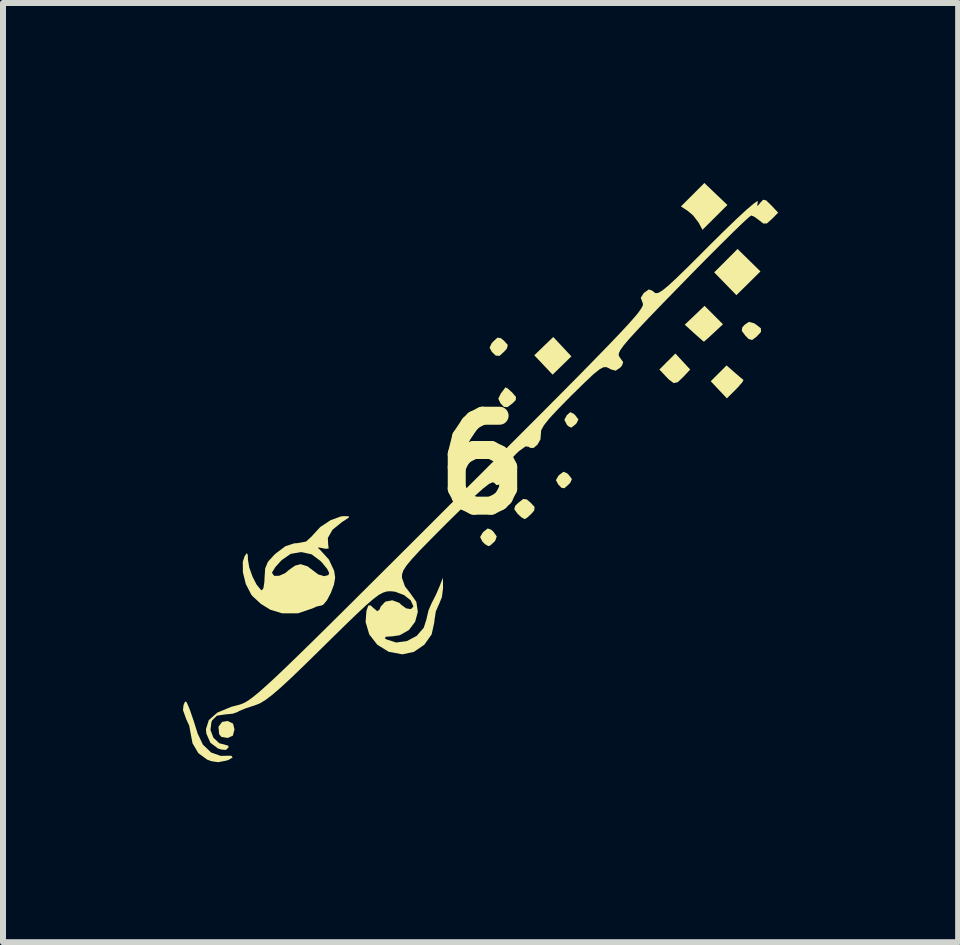
<source format=kicad_pcb>
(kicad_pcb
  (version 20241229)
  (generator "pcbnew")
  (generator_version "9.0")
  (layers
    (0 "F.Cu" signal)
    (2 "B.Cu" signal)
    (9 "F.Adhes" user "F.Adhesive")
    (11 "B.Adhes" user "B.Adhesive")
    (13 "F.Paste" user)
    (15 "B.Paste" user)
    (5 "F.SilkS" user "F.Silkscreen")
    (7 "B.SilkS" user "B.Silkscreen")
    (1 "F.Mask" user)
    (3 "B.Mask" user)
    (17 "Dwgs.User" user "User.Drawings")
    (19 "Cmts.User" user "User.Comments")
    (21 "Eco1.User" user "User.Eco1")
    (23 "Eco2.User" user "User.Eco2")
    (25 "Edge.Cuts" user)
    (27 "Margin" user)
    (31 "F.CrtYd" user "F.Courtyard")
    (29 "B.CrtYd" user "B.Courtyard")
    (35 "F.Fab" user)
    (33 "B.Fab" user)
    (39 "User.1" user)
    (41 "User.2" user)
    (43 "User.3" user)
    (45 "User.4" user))
  (footprint "6"
    (layer "F.Cu")
    (at 4.992 4.701)
    (property "Reference" "6" (at 0 0 0) (layer "F.SilkS") (effects (font (size 1.5 1.5) (thickness 0.3))))
    (attr board_only exclude_from_pos_files exclude_from_bom)
    (fp_poly (pts (xy 1.331 -1.973) (xy 1.482 -1.811) (xy 1.326 -1.658) (xy 1.169 -1.506) (xy 1.017 -1.667) (xy 0.864 -1.829) (xy 1.022 -1.982) (xy 1.18 -2.134)) (stroke (width 0) (type solid)) (fill yes) (layer "F.SilkS"))
    (fp_poly (pts (xy 4.443 -3.414) (xy 4.634 -3.227) (xy 4.434 -3.029) (xy 4.233 -2.831) (xy 4.048 -3.021) (xy 3.863 -3.211) (xy 4.058 -3.406) (xy 4.252 -3.601)) (stroke (width 0) (type solid)) (fill yes) (layer "F.SilkS"))
    (fp_poly (pts (xy -4.157 4.311) (xy -4.133 4.409) (xy -4.161 4.512) (xy -4.246 4.55) (xy -4.352 4.532) (xy -4.389 4.487) (xy -4.4 4.363) (xy -4.34 4.282) (xy -4.246 4.267)) (stroke (width 0) (type solid)) (fill yes) (layer "F.SilkS"))
    (fp_poly (pts (xy 3.339 -1.725) (xy 3.463 -1.591) (xy 3.351 -1.472) (xy 3.255 -1.38) (xy 3.187 -1.365) (xy 3.107 -1.425) (xy 3.061 -1.472) (xy 2.949 -1.592) (xy 3.082 -1.725) (xy 3.216 -1.858)) (stroke (width 0) (type solid)) (fill yes) (layer "F.SilkS"))
    (fp_poly (pts (xy 3.891 -4.517) (xy 4.083 -4.334) (xy 3.875 -4.127) (xy 3.667 -3.92) (xy 3.604 -4.039) (xy 3.511 -4.16) (xy 3.424 -4.234) (xy 3.308 -4.31) (xy 3.504 -4.506) (xy 3.699 -4.701)) (stroke (width 0) (type solid)) (fill yes) (layer "F.SilkS"))
    (fp_poly (pts (xy 1.521 -0.854) (xy 1.547 -0.829) (xy 1.599 -0.76) (xy 1.571 -0.699) (xy 1.547 -0.674) (xy 1.48 -0.622) (xy 1.427 -0.649) (xy 1.405 -0.674) (xy 1.365 -0.754) (xy 1.405 -0.829) (xy 1.463 -0.881)) (stroke (width 0) (type solid)) (fill yes) (layer "F.SilkS"))
    (fp_poly (pts (xy 0.308 -2.114) (xy 0.359 -2.071) (xy 0.422 -2.002) (xy 0.408 -1.942) (xy 0.368 -1.896) (xy 0.285 -1.819) (xy 0.222 -1.823) (xy 0.158 -1.884) (xy 0.119 -1.954) (xy 0.151 -2.026) (xy 0.179 -2.058) (xy 0.25 -2.123)) (stroke (width 0) (type solid)) (fill yes) (layer "F.SilkS"))
    (fp_poly (pts (xy 0.42 -1.276) (xy 0.493 -1.211) (xy 0.559 -1.134) (xy 0.555 -1.082) (xy 0.505 -1.031) (xy 0.417 -0.964) (xy 0.357 -0.969) (xy 0.301 -1.027) (xy 0.264 -1.106) (xy 0.305 -1.19) (xy 0.363 -1.267) (xy 0.382 -1.294)) (stroke (width 0) (type solid)) (fill yes) (layer "F.SilkS"))
    (fp_poly (pts (xy 1.408 0.136) (xy 1.439 0.165) (xy 1.491 0.234) (xy 1.465 0.294) (xy 1.439 0.322) (xy 1.366 0.387) (xy 1.318 0.381) (xy 1.262 0.323) (xy 1.224 0.252) (xy 1.266 0.18) (xy 1.278 0.167) (xy 1.349 0.113)) (stroke (width 0) (type solid)) (fill yes) (layer "F.SilkS"))
    (fp_poly (pts (xy 3.856 -2.499) (xy 4.009 -2.346) (xy 3.853 -2.2) (xy 3.756 -2.111) (xy 3.697 -2.06) (xy 3.689 -2.056) (xy 3.652 -2.087) (xy 3.566 -2.163) (xy 3.527 -2.198) (xy 3.372 -2.339) (xy 3.537 -2.496) (xy 3.702 -2.653)) (stroke (width 0) (type solid)) (fill yes) (layer "F.SilkS"))
    (fp_poly (pts (xy 4.201 -1.544) (xy 4.294 -1.464) (xy 4.349 -1.419) (xy 4.352 -1.418) (xy 4.332 -1.38) (xy 4.26 -1.297) (xy 4.223 -1.259) (xy 4.074 -1.111) (xy 3.94 -1.253) (xy 3.805 -1.396) (xy 3.937 -1.528) (xy 4.069 -1.66)) (stroke (width 0) (type solid)) (fill yes) (layer "F.SilkS"))
    (fp_poly (pts (xy 4.524 -2.364) (xy 4.553 -2.347) (xy 4.641 -2.279) (xy 4.643 -2.218) (xy 4.567 -2.137) (xy 4.494 -2.083) (xy 4.437 -2.1) (xy 4.383 -2.155) (xy 4.322 -2.236) (xy 4.331 -2.294) (xy 4.368 -2.336) (xy 4.442 -2.386)) (stroke (width 0) (type solid)) (fill yes) (layer "F.SilkS"))
    (fp_poly (pts (xy 0.145 1.078) (xy 0.184 1.114) (xy 0.238 1.191) (xy 0.213 1.262) (xy 0.202 1.275) (xy 0.133 1.339) (xy 0.1 1.353) (xy 0.041 1.319) (xy -0.002 1.275) (xy -0.039 1.201) (xy 0.003 1.128) (xy 0.017 1.114) (xy 0.087 1.058)) (stroke (width 0) (type solid)) (fill yes) (layer "F.SilkS"))
    (fp_poly (pts (xy 0.739 0.574) (xy 0.802 0.627) (xy 0.869 0.699) (xy 0.863 0.757) (xy 0.819 0.81) (xy 0.743 0.88) (xy 0.701 0.902) (xy 0.645 0.869) (xy 0.583 0.81) (xy 0.53 0.736) (xy 0.547 0.679) (xy 0.601 0.627) (xy 0.68 0.566)) (stroke (width 0) (type solid)) (fill yes) (layer "F.SilkS"))
    (fp_poly (pts (xy -4.931 3.954) (xy -4.89 4.047) (xy -4.875 4.087) (xy -4.812 4.27) (xy -4.754 4.455) (xy -4.749 4.473) (xy -4.66 4.661) (xy -4.523 4.792) (xy -4.362 4.849) (xy -4.297 4.847) (xy -4.187 4.846) (xy -4.164 4.875) (xy -4.233 4.916) (xy -4.271 4.928) (xy -4.406 4.954) (xy -4.519 4.937) (xy -4.591 4.91) (xy -4.736 4.803) (xy -4.833 4.639) (xy -4.86 4.496) (xy -4.888 4.345) (xy -4.939 4.234) (xy -4.992 4.085) (xy -4.983 4.002) (xy -4.957 3.942)) (stroke (width 0) (type solid)) (fill yes) (layer "F.SilkS"))
    (fp_poly (pts (xy -2.228 0.855) (xy -2.226 0.875) (xy -2.303 0.927) (xy -2.339 0.949) (xy -2.499 1.079) (xy -2.577 1.216) (xy -2.571 1.332) (xy -2.563 1.392) (xy -2.62 1.397) (xy -2.659 1.388) (xy -2.738 1.373) (xy -2.731 1.395) (xy -2.703 1.418) (xy -2.56 1.575) (xy -2.472 1.764) (xy -2.455 1.877) (xy -2.476 1.996) (xy -2.527 2.132) (xy -2.592 2.255) (xy -2.657 2.332) (xy -2.692 2.344) (xy -2.761 2.358) (xy -2.837 2.392) (xy -3.079 2.473) (xy -3.341 2.472) (xy -3.537 2.412) (xy -3.695 2.314) (xy -3.83 2.189) (xy -3.855 2.158) (xy -3.945 1.984) (xy -3.993 1.789) (xy -3.995 1.613) (xy -3.965 1.521) (xy -3.928 1.469) (xy -3.912 1.498) (xy -3.909 1.579) (xy -3.887 1.709) (xy -3.833 1.86) (xy -3.764 1.995) (xy -3.695 2.079) (xy -3.678 2.089) (xy -3.651 2.054) (xy -3.635 1.947) (xy -3.632 1.875) (xy -3.627 1.8) (xy -3.507 1.8) (xy -3.471 1.848) (xy -3.386 1.846) (xy -3.285 1.8) (xy -3.231 1.753) (xy -3.123 1.677) (xy -3.031 1.653) (xy -2.915 1.689) (xy -2.831 1.753) (xy -2.737 1.824) (xy -2.638 1.853) (xy -2.569 1.835) (xy -2.555 1.8) (xy -2.588 1.733) (xy -2.67 1.632) (xy -2.701 1.599) (xy -2.848 1.489) (xy -3.011 1.453) (xy -3.031 1.453) (xy -3.198 1.482) (xy -3.344 1.584) (xy -3.36 1.599) (xy -3.453 1.703) (xy -3.503 1.784) (xy -3.507 1.8) (xy -3.627 1.8) (xy -3.622 1.724) (xy -3.577 1.615) (xy -3.476 1.503) (xy -3.445 1.474) (xy -3.283 1.353) (xy -3.134 1.305) (xy -3.088 1.303) (xy -2.94 1.276) (xy -2.839 1.183) (xy -2.834 1.175) (xy -2.704 1.034) (xy -2.532 0.92) (xy -2.359 0.857) (xy -2.305 0.852)) (stroke (width 0) (type solid)) (fill yes) (layer "F.SilkS"))
    (fp_poly (pts (xy 4.729 -4.411) (xy 4.812 -4.331) (xy 4.929 -4.206) (xy 4.821 -4.097) (xy 4.74 -4.026) (xy 4.682 -4.025) (xy 4.619 -4.074) (xy 4.531 -4.139) (xy 4.48 -4.159) (xy 4.435 -4.125) (xy 4.329 -4.027) (xy 4.171 -3.874) (xy 3.97 -3.675) (xy 3.733 -3.438) (xy 3.471 -3.172) (xy 3.323 -3.02) (xy 3.014 -2.703) (xy 2.77 -2.45) (xy 2.583 -2.252) (xy 2.446 -2.102) (xy 2.353 -1.992) (xy 2.297 -1.914) (xy 2.273 -1.86) (xy 2.272 -1.823) (xy 2.289 -1.794) (xy 2.292 -1.79) (xy 2.346 -1.714) (xy 2.325 -1.655) (xy 2.295 -1.622) (xy 2.221 -1.572) (xy 2.139 -1.594) (xy 2.111 -1.611) (xy 2.065 -1.632) (xy 2.015 -1.629) (xy 1.949 -1.593) (xy 1.853 -1.516) (xy 1.715 -1.386) (xy 1.522 -1.197) (xy 1.476 -1.152) (xy 1.263 -0.935) (xy 1.114 -0.775) (xy 1.023 -0.66) (xy 0.979 -0.579) (xy 0.974 -0.521) (xy 0.974 -0.521) (xy 0.967 -0.427) (xy 0.917 -0.339) (xy 0.85 -0.283) (xy 0.788 -0.287) (xy 0.776 -0.302) (xy 0.719 -0.31) (xy 0.611 -0.233) (xy 0.572 -0.197) (xy 0.474 -0.095) (xy 0.441 -0.035) (xy 0.465 0.009) (xy 0.49 0.029) (xy 0.548 0.085) (xy 0.551 0.109) (xy 0.5 0.15) (xy 0.407 0.23) (xy 0.386 0.249) (xy 0.288 0.325) (xy 0.232 0.335) (xy 0.199 0.299) (xy 0.169 0.288) (xy 0.109 0.316) (xy 0.012 0.391) (xy -0.13 0.518) (xy -0.325 0.704) (xy -0.581 0.956) (xy -0.602 0.977) (xy -0.854 1.23) (xy -1.044 1.424) (xy -1.178 1.57) (xy -1.267 1.677) (xy -1.318 1.757) (xy -1.34 1.82) (xy -1.342 1.877) (xy -1.342 1.879) (xy -1.292 2.023) (xy -1.205 2.135) (xy -1.102 2.281) (xy -1.077 2.448) (xy -1.122 2.613) (xy -1.226 2.751) (xy -1.38 2.838) (xy -1.499 2.856) (xy -1.609 2.863) (xy -1.628 2.885) (xy -1.603 2.906) (xy -1.438 2.959) (xy -1.26 2.935) (xy -1.097 2.849) (xy -0.979 2.713) (xy -0.936 2.58) (xy -0.899 2.422) (xy -0.848 2.305) (xy -0.775 2.161) (xy -0.718 2.029) (xy -0.659 1.879) (xy -0.657 2.054) (xy -0.676 2.203) (xy -0.725 2.323) (xy -0.728 2.327) (xy -0.777 2.44) (xy -0.801 2.594) (xy -0.802 2.62) (xy -0.847 2.823) (xy -0.969 2.996) (xy -1.143 3.115) (xy -1.335 3.156) (xy -1.564 3.113) (xy -1.753 2.996) (xy -1.887 2.824) (xy -1.948 2.617) (xy -1.934 2.432) (xy -1.904 2.343) (xy -1.865 2.34) (xy -1.818 2.383) (xy -1.752 2.437) (xy -1.715 2.408) (xy -1.696 2.36) (xy -1.62 2.278) (xy -1.503 2.255) (xy -1.387 2.297) (xy -1.353 2.33) (xy -1.272 2.39) (xy -1.192 2.402) (xy -1.153 2.361) (xy -1.152 2.355) (xy -1.197 2.255) (xy -1.309 2.167) (xy -1.456 2.112) (xy -1.535 2.104) (xy -1.595 2.108) (xy -1.656 2.127) (xy -1.729 2.166) (xy -1.822 2.236) (xy -1.946 2.344) (xy -2.11 2.497) (xy -2.324 2.704) (xy -2.597 2.972) (xy -2.651 3.026) (xy -2.945 3.314) (xy -3.178 3.539) (xy -3.362 3.709) (xy -3.505 3.832) (xy -3.617 3.917) (xy -3.708 3.972) (xy -3.789 4.005) (xy -3.809 4.011) (xy -3.953 4.058) (xy -4.058 4.102) (xy -4.081 4.117) (xy -4.16 4.145) (xy -4.288 4.158) (xy -4.295 4.158) (xy -4.427 4.179) (xy -4.504 4.255) (xy -4.517 4.281) (xy -4.534 4.416) (xy -4.484 4.547) (xy -4.387 4.638) (xy -4.304 4.659) (xy -4.236 4.679) (xy -4.233 4.709) (xy -4.278 4.75) (xy -4.355 4.742) (xy -4.409 4.725) (xy -4.535 4.63) (xy -4.603 4.475) (xy -4.609 4.403) (xy -4.561 4.252) (xy -4.419 4.127) (xy -4.188 4.031) (xy -4.095 4.007) (xy -4.049 3.995) (xy -4.003 3.979) (xy -3.953 3.955) (xy -3.893 3.918) (xy -3.82 3.864) (xy -3.728 3.789) (xy -3.613 3.687) (xy -3.47 3.556) (xy -3.295 3.39) (xy -3.084 3.186) (xy -2.83 2.938) (xy -2.531 2.643) (xy -2.181 2.296) (xy -1.776 1.893) (xy -1.311 1.43) (xy -0.782 0.902) (xy -0.551 0.671) (xy 0.009 0.113) (xy 0.501 -0.38) (xy 0.931 -0.81) (xy 1.302 -1.183) (xy 1.618 -1.502) (xy 1.883 -1.773) (xy 2.102 -1.998) (xy 2.279 -2.183) (xy 2.417 -2.331) (xy 2.521 -2.448) (xy 2.595 -2.536) (xy 2.642 -2.602) (xy 2.668 -2.648) (xy 2.676 -2.679) (xy 2.671 -2.699) (xy 2.639 -2.788) (xy 2.688 -2.865) (xy 2.698 -2.874) (xy 2.774 -2.927) (xy 2.835 -2.904) (xy 2.86 -2.88) (xy 2.891 -2.863) (xy 2.934 -2.87) (xy 3 -2.91) (xy 3.097 -2.989) (xy 3.233 -3.115) (xy 3.418 -3.295) (xy 3.66 -3.536) (xy 3.776 -3.653) (xy 4.02 -3.894) (xy 4.23 -4.097) (xy 4.399 -4.253) (xy 4.52 -4.356) (xy 4.583 -4.399) (xy 4.591 -4.392) (xy 4.577 -4.318) (xy 4.602 -4.335) (xy 4.629 -4.37) (xy 4.679 -4.422)) (stroke (width 0) (type solid)) (fill yes) (layer "F.SilkS")))
  (gr_rect
    (start -3 -3)
    (end 12.921 12.655)
    (stroke (width 0.1) (type default))
    (fill no)
    (layer "Edge.Cuts")))
</source>
